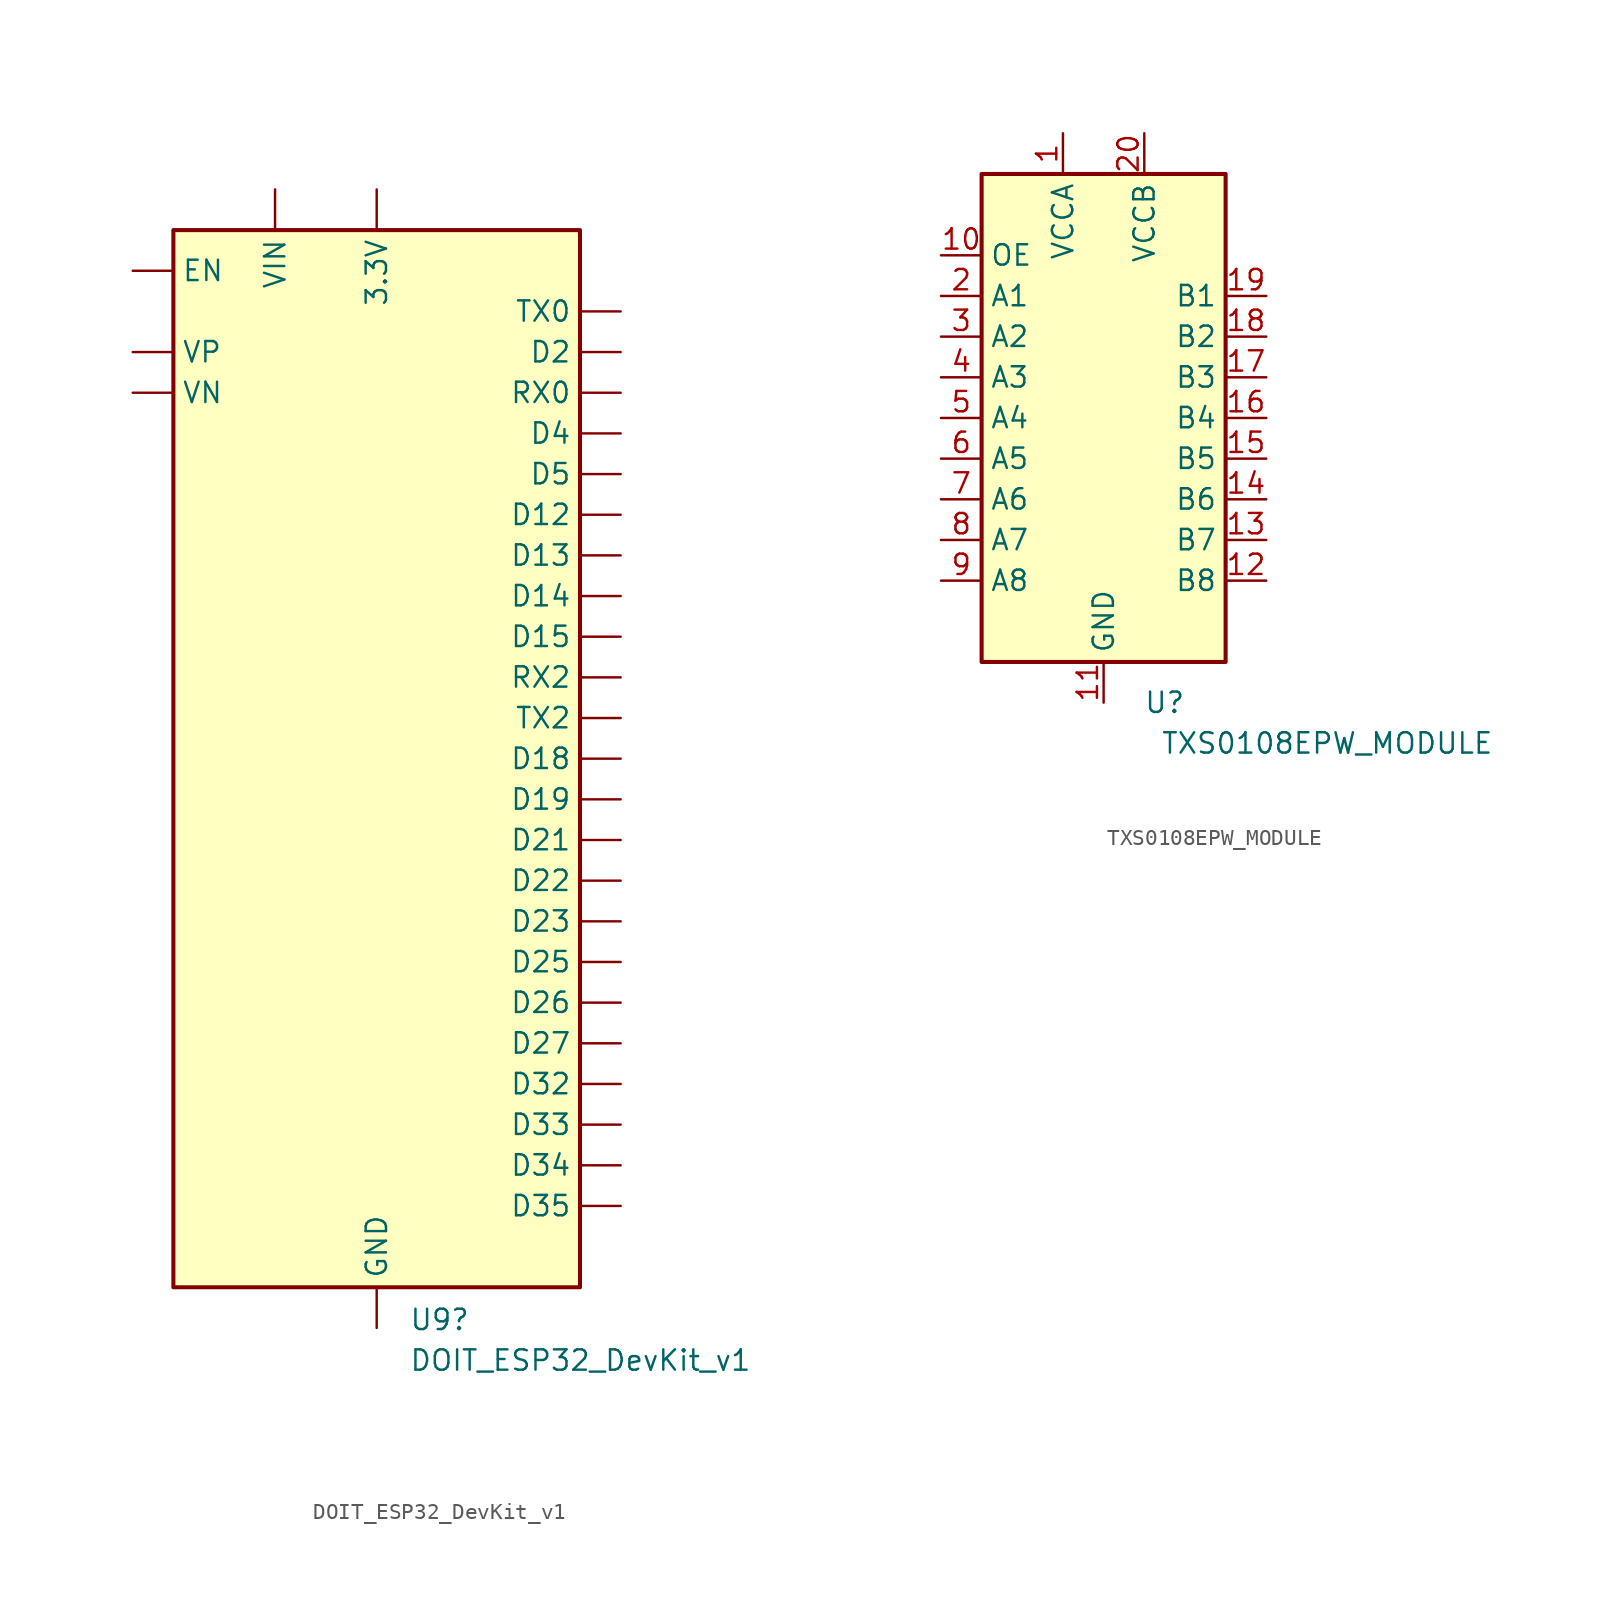
<source format=kicad_sym>
(kicad_symbol_lib
  (version 20211014)
  (generator kicad_symbol_editor)
  (symbol "DOIT_ESP32_DevKit_v1"
    (pin_numbers hide)
    (property "Reference" "U9"
      (at 2.019 -35.05 0)
      (effects (font (size 1.27 1.27)) (justify left)))
    (property "Value" "DOIT_ESP32_DevKit_v1"
      (at 2.019 -37.587 0)
      (effects (font (size 1.27 1.27)) (justify left)))
    (symbol "DOIT_ESP32_DevKit_v1_0_1"
      (rectangle (start -12.7 33.02) (end 12.7 -33.02) (stroke (width 0.254) (type default) (color 0 0 0 0)) (fill (type background))))
    (symbol "DOIT_ESP32_DevKit_v1_1_1"
      (pin input line (at -15.24 30.48 0) (length 2.54) (name "EN" (effects (font (size 1.27 1.27)))) (number "1" (effects (font (size 1.27 1.27)))))
      (pin bidirectional line (at 15.24 -17.78 180) (length 2.54) (name "D27" (effects (font (size 1.27 1.27)))) (number "10" (effects (font (size 1.27 1.27)))))
      (pin bidirectional line (at 15.24 10.16 180) (length 2.54) (name "D14" (effects (font (size 1.27 1.27)))) (number "11" (effects (font (size 1.27 1.27)))))
      (pin bidirectional line (at 15.24 15.24 180) (length 2.54) (name "D12" (effects (font (size 1.27 1.27)))) (number "12" (effects (font (size 1.27 1.27)))))
      (pin bidirectional line (at 15.24 12.7 180) (length 2.54) (name "D13" (effects (font (size 1.27 1.27)))) (number "13" (effects (font (size 1.27 1.27)))))
      (pin power_in line (at 0 -35.56 90) (length 2.54) (name "GND" (effects (font (size 1.27 1.27)))) (number "14" (effects (font (size 1.27 1.27)))))
      (pin power_in line (at -6.35 35.56 270) (length 2.54) (name "VIN" (effects (font (size 1.27 1.27)))) (number "15" (effects (font (size 1.27 1.27)))))
      (pin power_out line (at 0 35.56 270) (length 2.54) (name "3.3V" (effects (font (size 1.27 1.27)))) (number "16" (effects (font (size 1.27 1.27)))))
      (pin passive line (at 0 -35.56 90) (length 2.54) hide (name "GND" (effects (font (size 1.27 1.27)))) (number "17" (effects (font (size 1.27 1.27)))))
      (pin bidirectional line (at 15.24 7.62 180) (length 2.54) (name "D15" (effects (font (size 1.27 1.27)))) (number "18" (effects (font (size 1.27 1.27)))))
      (pin bidirectional line (at 15.24 25.4 180) (length 2.54) (name "D2" (effects (font (size 1.27 1.27)))) (number "19" (effects (font (size 1.27 1.27)))))
      (pin input line (at -15.24 25.4 0) (length 2.54) (name "VP" (effects (font (size 1.27 1.27)))) (number "2" (effects (font (size 1.27 1.27)))))
      (pin bidirectional line (at 15.24 20.32 180) (length 2.54) (name "D4" (effects (font (size 1.27 1.27)))) (number "20" (effects (font (size 1.27 1.27)))))
      (pin bidirectional line (at 15.24 5.08 180) (length 2.54) (name "RX2" (effects (font (size 1.27 1.27)))) (number "21" (effects (font (size 1.27 1.27)))))
      (pin bidirectional line (at 15.24 2.54 180) (length 2.54) (name "TX2" (effects (font (size 1.27 1.27)))) (number "22" (effects (font (size 1.27 1.27)))))
      (pin bidirectional line (at 15.24 17.78 180) (length 2.54) (name "D5" (effects (font (size 1.27 1.27)))) (number "23" (effects (font (size 1.27 1.27)))))
      (pin bidirectional line (at 15.24 0 180) (length 2.54) (name "D18" (effects (font (size 1.27 1.27)))) (number "24" (effects (font (size 1.27 1.27)))))
      (pin bidirectional line (at 15.24 -2.54 180) (length 2.54) (name "D19" (effects (font (size 1.27 1.27)))) (number "25" (effects (font (size 1.27 1.27)))))
      (pin bidirectional line (at 15.24 -5.08 180) (length 2.54) (name "D21" (effects (font (size 1.27 1.27)))) (number "26" (effects (font (size 1.27 1.27)))))
      (pin bidirectional line (at 15.24 22.86 180) (length 2.54) (name "RX0" (effects (font (size 1.27 1.27)))) (number "27" (effects (font (size 1.27 1.27)))))
      (pin bidirectional line (at 15.24 27.94 180) (length 2.54) (name "TX0" (effects (font (size 1.27 1.27)))) (number "28" (effects (font (size 1.27 1.27)))))
      (pin bidirectional line (at 15.24 -7.62 180) (length 2.54) (name "D22" (effects (font (size 1.27 1.27)))) (number "29" (effects (font (size 1.27 1.27)))))
      (pin input line (at -15.24 22.86 0) (length 2.54) (name "VN" (effects (font (size 1.27 1.27)))) (number "3" (effects (font (size 1.27 1.27)))))
      (pin bidirectional line (at 15.24 -10.16 180) (length 2.54) (name "D23" (effects (font (size 1.27 1.27)))) (number "30" (effects (font (size 1.27 1.27)))))
      (pin input line (at 15.24 -25.4 180) (length 2.54) (name "D34" (effects (font (size 1.27 1.27)))) (number "4" (effects (font (size 1.27 1.27)))))
      (pin input line (at 15.24 -27.94 180) (length 2.54) (name "D35" (effects (font (size 1.27 1.27)))) (number "5" (effects (font (size 1.27 1.27)))))
      (pin bidirectional line (at 15.24 -20.32 180) (length 2.54) (name "D32" (effects (font (size 1.27 1.27)))) (number "6" (effects (font (size 1.27 1.27)))))
      (pin bidirectional line (at 15.24 -22.86 180) (length 2.54) (name "D33" (effects (font (size 1.27 1.27)))) (number "7" (effects (font (size 1.27 1.27)))))
      (pin bidirectional line (at 15.24 -12.7 180) (length 2.54) (name "D25" (effects (font (size 1.27 1.27)))) (number "8" (effects (font (size 1.27 1.27)))))
      (pin bidirectional line (at 15.24 -15.24 180) (length 2.54) (name "D26" (effects (font (size 1.27 1.27)))) (number "9" (effects (font (size 1.27 1.27)))))))
  (symbol "TXS0108EPW_MODULE"
    (property "Reference" "U"
      (at 3.81 -17.78 0)
      (effects (font (size 1.27 1.27))))
    (property "Value" "TXS0108EPW_MODULE"
      (at 13.97 -20.32 0)
      (effects (font (size 1.27 1.27))))
    (symbol "TXS0108EPW_MODULE_0_1"
      (rectangle (start -7.62 15.24) (end 7.62 -15.24) (stroke (width 0.254) (type default) (color 0 0 0 0)) (fill (type background))))
    (symbol "TXS0108EPW_MODULE_1_1"
      (pin power_in line (at -2.54 17.78 270) (length 2.54) (name "VCCA" (effects (font (size 1.27 1.27)))) (number "1" (effects (font (size 1.27 1.27)))))
      (pin input line (at -10.16 10.16 0) (length 2.54) (name "OE" (effects (font (size 1.27 1.27)))) (number "10" (effects (font (size 1.27 1.27)))))
      (pin power_in line (at 0 -17.78 90) (length 2.54) (name "GND" (effects (font (size 1.27 1.27)))) (number "11" (effects (font (size 1.27 1.27)))))
      (pin bidirectional line (at 10.16 -10.16 180) (length 2.54) (name "B8" (effects (font (size 1.27 1.27)))) (number "12" (effects (font (size 1.27 1.27)))))
      (pin bidirectional line (at 10.16 -7.62 180) (length 2.54) (name "B7" (effects (font (size 1.27 1.27)))) (number "13" (effects (font (size 1.27 1.27)))))
      (pin bidirectional line (at 10.16 -5.08 180) (length 2.54) (name "B6" (effects (font (size 1.27 1.27)))) (number "14" (effects (font (size 1.27 1.27)))))
      (pin bidirectional line (at 10.16 -2.54 180) (length 2.54) (name "B5" (effects (font (size 1.27 1.27)))) (number "15" (effects (font (size 1.27 1.27)))))
      (pin bidirectional line (at 10.16 0 180) (length 2.54) (name "B4" (effects (font (size 1.27 1.27)))) (number "16" (effects (font (size 1.27 1.27)))))
      (pin bidirectional line (at 10.16 2.54 180) (length 2.54) (name "B3" (effects (font (size 1.27 1.27)))) (number "17" (effects (font (size 1.27 1.27)))))
      (pin bidirectional line (at 10.16 5.08 180) (length 2.54) (name "B2" (effects (font (size 1.27 1.27)))) (number "18" (effects (font (size 1.27 1.27)))))
      (pin bidirectional line (at 10.16 7.62 180) (length 2.54) (name "B1" (effects (font (size 1.27 1.27)))) (number "19" (effects (font (size 1.27 1.27)))))
      (pin bidirectional line (at -10.16 7.62 0) (length 2.54) (name "A1" (effects (font (size 1.27 1.27)))) (number "2" (effects (font (size 1.27 1.27)))))
      (pin power_in line (at 2.54 17.78 270) (length 2.54) (name "VCCB" (effects (font (size 1.27 1.27)))) (number "20" (effects (font (size 1.27 1.27)))))
      (pin bidirectional line (at -10.16 5.08 0) (length 2.54) (name "A2" (effects (font (size 1.27 1.27)))) (number "3" (effects (font (size 1.27 1.27)))))
      (pin bidirectional line (at -10.16 2.54 0) (length 2.54) (name "A3" (effects (font (size 1.27 1.27)))) (number "4" (effects (font (size 1.27 1.27)))))
      (pin bidirectional line (at -10.16 0 0) (length 2.54) (name "A4" (effects (font (size 1.27 1.27)))) (number "5" (effects (font (size 1.27 1.27)))))
      (pin bidirectional line (at -10.16 -2.54 0) (length 2.54) (name "A5" (effects (font (size 1.27 1.27)))) (number "6" (effects (font (size 1.27 1.27)))))
      (pin bidirectional line (at -10.16 -5.08 0) (length 2.54) (name "A6" (effects (font (size 1.27 1.27)))) (number "7" (effects (font (size 1.27 1.27)))))
      (pin bidirectional line (at -10.16 -7.62 0) (length 2.54) (name "A7" (effects (font (size 1.27 1.27)))) (number "8" (effects (font (size 1.27 1.27)))))
      (pin bidirectional line (at -10.16 -10.16 0) (length 2.54) (name "A8" (effects (font (size 1.27 1.27)))) (number "9" (effects (font (size 1.27 1.27))))))))
</source>
